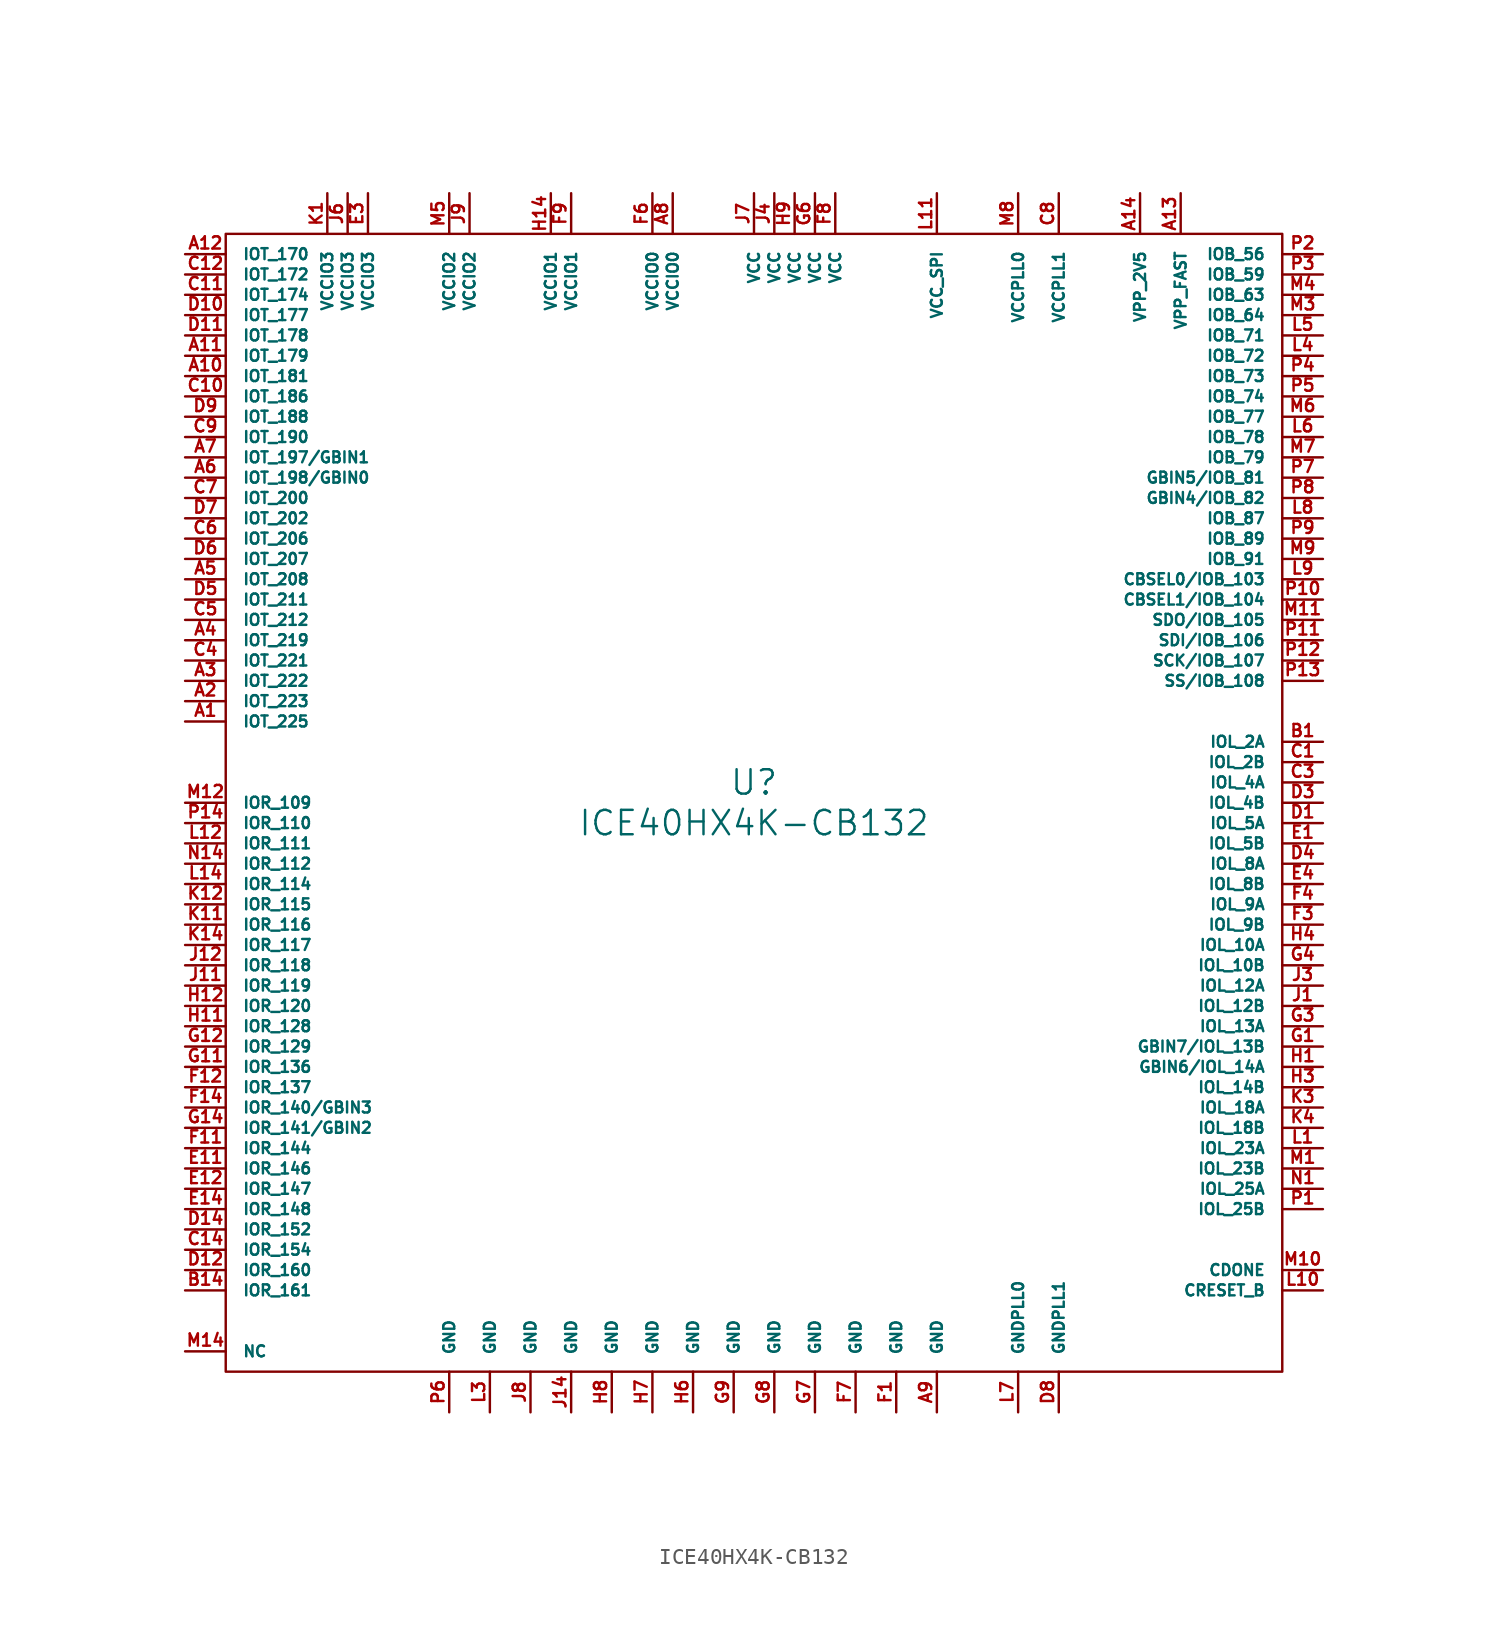
<source format=kicad_sym>
(kicad_symbol_lib
  (version 20220914)
  (generator kicad_symbol_editor)
  (symbol "ICE40HX4K-CB132"
    (pin_names
      (offset 1.016))
    (property "Reference" "U"
      (at 0 1.27 0)
      (effects (font (size 1.524 1.524))))
    (property "Value" "ICE40HX4K-CB132"
      (at 0 -1.27 0)
      (effects (font (size 1.524 1.524))))
    (property "Footprint" ""
      (at 0 3.81 0)
      (effects (font (size 1.524 1.524))))
    (property "Datasheet" ""
      (at 0 0 0)
      (effects (font (size 1.524 1.524))))
    (symbol "ICE40HX4K-CB132_0_1"
      (rectangle (start 33.02 35.56) (end -33.02 -35.56) (stroke (width 0) (type solid)) (fill (type none))))
    (symbol "ICE40HX4K-CB132_1_1"
      (pin passive line (at -35.56 5.08 0) (length 2.54) (name "IOT_225" (effects (font (size 0.686 0.686)))) (number "A1" (effects (font (size 0.762 0.762)))))
      (pin passive line (at -35.56 26.67 0) (length 2.54) (name "IOT_181" (effects (font (size 0.686 0.686)))) (number "A10" (effects (font (size 0.762 0.762)))))
      (pin passive line (at -35.56 27.94 0) (length 2.54) (name "IOT_179" (effects (font (size 0.686 0.686)))) (number "A11" (effects (font (size 0.762 0.762)))))
      (pin passive line (at -35.56 34.29 0) (length 2.54) (name "IOT_170" (effects (font (size 0.686 0.686)))) (number "A12" (effects (font (size 0.762 0.762)))))
      (pin passive line (at 26.67 38.1 270) (length 2.54) (name "VPP_FAST" (effects (font (size 0.686 0.686)))) (number "A13" (effects (font (size 0.762 0.762)))))
      (pin passive line (at 24.13 38.1 270) (length 2.54) (name "VPP_2V5" (effects (font (size 0.686 0.686)))) (number "A14" (effects (font (size 0.762 0.762)))))
      (pin passive line (at -35.56 6.35 0) (length 2.54) (name "IOT_223" (effects (font (size 0.686 0.686)))) (number "A2" (effects (font (size 0.762 0.762)))))
      (pin passive line (at -35.56 7.62 0) (length 2.54) (name "IOT_222" (effects (font (size 0.686 0.686)))) (number "A3" (effects (font (size 0.762 0.762)))))
      (pin passive line (at -35.56 10.16 0) (length 2.54) (name "IOT_219" (effects (font (size 0.686 0.686)))) (number "A4" (effects (font (size 0.762 0.762)))))
      (pin passive line (at -35.56 13.97 0) (length 2.54) (name "IOT_208" (effects (font (size 0.686 0.686)))) (number "A5" (effects (font (size 0.762 0.762)))))
      (pin passive line (at -35.56 20.32 0) (length 2.54) (name "IOT_198/GBIN0" (effects (font (size 0.686 0.686)))) (number "A6" (effects (font (size 0.762 0.762)))))
      (pin passive line (at -35.56 21.59 0) (length 2.54) (name "IOT_197/GBIN1" (effects (font (size 0.686 0.686)))) (number "A7" (effects (font (size 0.762 0.762)))))
      (pin passive line (at -5.08 38.1 270) (length 2.54) (name "VCCIO0" (effects (font (size 0.686 0.686)))) (number "A8" (effects (font (size 0.762 0.762)))))
      (pin passive line (at 11.43 -38.1 90) (length 2.54) (name "GND" (effects (font (size 0.686 0.686)))) (number "A9" (effects (font (size 0.762 0.762)))))
      (pin passive line (at 35.56 3.81 180) (length 2.54) (name "IOL_2A" (effects (font (size 0.686 0.686)))) (number "B1" (effects (font (size 0.762 0.762)))))
      (pin passive line (at -35.56 -30.48 0) (length 2.54) (name "IOR_161" (effects (font (size 0.686 0.686)))) (number "B14" (effects (font (size 0.762 0.762)))))
      (pin passive line (at 35.56 2.54 180) (length 2.54) (name "IOL_2B" (effects (font (size 0.686 0.686)))) (number "C1" (effects (font (size 0.762 0.762)))))
      (pin passive line (at -35.56 25.4 0) (length 2.54) (name "IOT_186" (effects (font (size 0.686 0.686)))) (number "C10" (effects (font (size 0.762 0.762)))))
      (pin passive line (at -35.56 31.75 0) (length 2.54) (name "IOT_174" (effects (font (size 0.686 0.686)))) (number "C11" (effects (font (size 0.762 0.762)))))
      (pin passive line (at -35.56 33.02 0) (length 2.54) (name "IOT_172" (effects (font (size 0.686 0.686)))) (number "C12" (effects (font (size 0.762 0.762)))))
      (pin passive line (at -35.56 -27.94 0) (length 2.54) (name "IOR_154" (effects (font (size 0.686 0.686)))) (number "C14" (effects (font (size 0.762 0.762)))))
      (pin passive line (at 35.56 1.27 180) (length 2.54) (name "IOL_4A" (effects (font (size 0.686 0.686)))) (number "C3" (effects (font (size 0.762 0.762)))))
      (pin passive line (at -35.56 8.89 0) (length 2.54) (name "IOT_221" (effects (font (size 0.686 0.686)))) (number "C4" (effects (font (size 0.762 0.762)))))
      (pin passive line (at -35.56 11.43 0) (length 2.54) (name "IOT_212" (effects (font (size 0.686 0.686)))) (number "C5" (effects (font (size 0.762 0.762)))))
      (pin passive line (at -35.56 16.51 0) (length 2.54) (name "IOT_206" (effects (font (size 0.686 0.686)))) (number "C6" (effects (font (size 0.762 0.762)))))
      (pin passive line (at -35.56 19.05 0) (length 2.54) (name "IOT_200" (effects (font (size 0.686 0.686)))) (number "C7" (effects (font (size 0.762 0.762)))))
      (pin passive line (at 19.05 38.1 270) (length 2.54) (name "VCCPLL1" (effects (font (size 0.686 0.686)))) (number "C8" (effects (font (size 0.762 0.762)))))
      (pin passive line (at -35.56 22.86 0) (length 2.54) (name "IOT_190" (effects (font (size 0.686 0.686)))) (number "C9" (effects (font (size 0.762 0.762)))))
      (pin passive line (at 35.56 -1.27 180) (length 2.54) (name "IOL_5A" (effects (font (size 0.686 0.686)))) (number "D1" (effects (font (size 0.762 0.762)))))
      (pin passive line (at -35.56 30.48 0) (length 2.54) (name "IOT_177" (effects (font (size 0.686 0.686)))) (number "D10" (effects (font (size 0.762 0.762)))))
      (pin passive line (at -35.56 29.21 0) (length 2.54) (name "IOT_178" (effects (font (size 0.686 0.686)))) (number "D11" (effects (font (size 0.762 0.762)))))
      (pin passive line (at -35.56 -29.21 0) (length 2.54) (name "IOR_160" (effects (font (size 0.686 0.686)))) (number "D12" (effects (font (size 0.762 0.762)))))
      (pin passive line (at -35.56 -26.67 0) (length 2.54) (name "IOR_152" (effects (font (size 0.686 0.686)))) (number "D14" (effects (font (size 0.762 0.762)))))
      (pin passive line (at 35.56 0 180) (length 2.54) (name "IOL_4B" (effects (font (size 0.686 0.686)))) (number "D3" (effects (font (size 0.762 0.762)))))
      (pin passive line (at 35.56 -3.81 180) (length 2.54) (name "IOL_8A" (effects (font (size 0.686 0.686)))) (number "D4" (effects (font (size 0.762 0.762)))))
      (pin passive line (at -35.56 12.7 0) (length 2.54) (name "IOT_211" (effects (font (size 0.686 0.686)))) (number "D5" (effects (font (size 0.762 0.762)))))
      (pin passive line (at -35.56 15.24 0) (length 2.54) (name "IOT_207" (effects (font (size 0.686 0.686)))) (number "D6" (effects (font (size 0.762 0.762)))))
      (pin passive line (at -35.56 17.78 0) (length 2.54) (name "IOT_202" (effects (font (size 0.686 0.686)))) (number "D7" (effects (font (size 0.762 0.762)))))
      (pin passive line (at 19.05 -38.1 90) (length 2.54) (name "GNDPLL1" (effects (font (size 0.686 0.686)))) (number "D8" (effects (font (size 0.762 0.762)))))
      (pin passive line (at -35.56 24.13 0) (length 2.54) (name "IOT_188" (effects (font (size 0.686 0.686)))) (number "D9" (effects (font (size 0.762 0.762)))))
      (pin passive line (at 35.56 -2.54 180) (length 2.54) (name "IOL_5B" (effects (font (size 0.686 0.686)))) (number "E1" (effects (font (size 0.762 0.762)))))
      (pin passive line (at -35.56 -22.86 0) (length 2.54) (name "IOR_146" (effects (font (size 0.686 0.686)))) (number "E11" (effects (font (size 0.762 0.762)))))
      (pin passive line (at -35.56 -24.13 0) (length 2.54) (name "IOR_147" (effects (font (size 0.686 0.686)))) (number "E12" (effects (font (size 0.762 0.762)))))
      (pin passive line (at -35.56 -25.4 0) (length 2.54) (name "IOR_148" (effects (font (size 0.686 0.686)))) (number "E14" (effects (font (size 0.762 0.762)))))
      (pin passive line (at -24.13 38.1 270) (length 2.54) (name "VCCIO3" (effects (font (size 0.686 0.686)))) (number "E3" (effects (font (size 0.762 0.762)))))
      (pin passive line (at 35.56 -5.08 180) (length 2.54) (name "IOL_8B" (effects (font (size 0.686 0.686)))) (number "E4" (effects (font (size 0.762 0.762)))))
      (pin passive line (at 8.89 -38.1 90) (length 2.54) (name "GND" (effects (font (size 0.686 0.686)))) (number "F1" (effects (font (size 0.762 0.762)))))
      (pin passive line (at -35.56 -21.59 0) (length 2.54) (name "IOR_144" (effects (font (size 0.686 0.686)))) (number "F11" (effects (font (size 0.762 0.762)))))
      (pin passive line (at -35.56 -17.78 0) (length 2.54) (name "IOR_137" (effects (font (size 0.686 0.686)))) (number "F12" (effects (font (size 0.762 0.762)))))
      (pin passive line (at -35.56 -19.05 0) (length 2.54) (name "IOR_140/GBIN3" (effects (font (size 0.686 0.686)))) (number "F14" (effects (font (size 0.762 0.762)))))
      (pin passive line (at 35.56 -7.62 180) (length 2.54) (name "IOL_9B" (effects (font (size 0.686 0.686)))) (number "F3" (effects (font (size 0.762 0.762)))))
      (pin passive line (at 35.56 -6.35 180) (length 2.54) (name "IOL_9A" (effects (font (size 0.686 0.686)))) (number "F4" (effects (font (size 0.762 0.762)))))
      (pin passive line (at -6.35 38.1 270) (length 2.54) (name "VCCIO0" (effects (font (size 0.686 0.686)))) (number "F6" (effects (font (size 0.762 0.762)))))
      (pin passive line (at 6.35 -38.1 90) (length 2.54) (name "GND" (effects (font (size 0.686 0.686)))) (number "F7" (effects (font (size 0.762 0.762)))))
      (pin passive line (at 5.08 38.1 270) (length 2.54) (name "VCC" (effects (font (size 0.686 0.686)))) (number "F8" (effects (font (size 0.762 0.762)))))
      (pin passive line (at -11.43 38.1 270) (length 2.54) (name "VCCIO1" (effects (font (size 0.686 0.686)))) (number "F9" (effects (font (size 0.762 0.762)))))
      (pin passive line (at 35.56 -15.24 180) (length 2.54) (name "GBIN7/IOL_13B" (effects (font (size 0.686 0.686)))) (number "G1" (effects (font (size 0.762 0.762)))))
      (pin passive line (at -35.56 -16.51 0) (length 2.54) (name "IOR_136" (effects (font (size 0.686 0.686)))) (number "G11" (effects (font (size 0.762 0.762)))))
      (pin passive line (at -35.56 -15.24 0) (length 2.54) (name "IOR_129" (effects (font (size 0.686 0.686)))) (number "G12" (effects (font (size 0.762 0.762)))))
      (pin passive line (at -35.56 -20.32 0) (length 2.54) (name "IOR_141/GBIN2" (effects (font (size 0.686 0.686)))) (number "G14" (effects (font (size 0.762 0.762)))))
      (pin passive line (at 35.56 -13.97 180) (length 2.54) (name "IOL_13A" (effects (font (size 0.686 0.686)))) (number "G3" (effects (font (size 0.762 0.762)))))
      (pin passive line (at 35.56 -10.16 180) (length 2.54) (name "IOL_10B" (effects (font (size 0.686 0.686)))) (number "G4" (effects (font (size 0.762 0.762)))))
      (pin passive line (at 3.81 38.1 270) (length 2.54) (name "VCC" (effects (font (size 0.686 0.686)))) (number "G6" (effects (font (size 0.762 0.762)))))
      (pin passive line (at 3.81 -38.1 90) (length 2.54) (name "GND" (effects (font (size 0.686 0.686)))) (number "G7" (effects (font (size 0.762 0.762)))))
      (pin passive line (at 1.27 -38.1 90) (length 2.54) (name "GND" (effects (font (size 0.686 0.686)))) (number "G8" (effects (font (size 0.762 0.762)))))
      (pin passive line (at -1.27 -38.1 90) (length 2.54) (name "GND" (effects (font (size 0.686 0.686)))) (number "G9" (effects (font (size 0.762 0.762)))))
      (pin passive line (at 35.56 -16.51 180) (length 2.54) (name "GBIN6/IOL_14A" (effects (font (size 0.686 0.686)))) (number "H1" (effects (font (size 0.762 0.762)))))
      (pin passive line (at -35.56 -13.97 0) (length 2.54) (name "IOR_128" (effects (font (size 0.686 0.686)))) (number "H11" (effects (font (size 0.762 0.762)))))
      (pin passive line (at -35.56 -12.7 0) (length 2.54) (name "IOR_120" (effects (font (size 0.686 0.686)))) (number "H12" (effects (font (size 0.762 0.762)))))
      (pin passive line (at -12.7 38.1 270) (length 2.54) (name "VCCIO1" (effects (font (size 0.686 0.686)))) (number "H14" (effects (font (size 0.762 0.762)))))
      (pin passive line (at 35.56 -17.78 180) (length 2.54) (name "IOL_14B" (effects (font (size 0.686 0.686)))) (number "H3" (effects (font (size 0.762 0.762)))))
      (pin passive line (at 35.56 -8.89 180) (length 2.54) (name "IOL_10A" (effects (font (size 0.686 0.686)))) (number "H4" (effects (font (size 0.762 0.762)))))
      (pin passive line (at -3.81 -38.1 90) (length 2.54) (name "GND" (effects (font (size 0.686 0.686)))) (number "H6" (effects (font (size 0.762 0.762)))))
      (pin passive line (at -6.35 -38.1 90) (length 2.54) (name "GND" (effects (font (size 0.686 0.686)))) (number "H7" (effects (font (size 0.762 0.762)))))
      (pin passive line (at -8.89 -38.1 90) (length 2.54) (name "GND" (effects (font (size 0.686 0.686)))) (number "H8" (effects (font (size 0.762 0.762)))))
      (pin passive line (at 2.54 38.1 270) (length 2.54) (name "VCC" (effects (font (size 0.686 0.686)))) (number "H9" (effects (font (size 0.762 0.762)))))
      (pin passive line (at 35.56 -12.7 180) (length 2.54) (name "IOL_12B" (effects (font (size 0.686 0.686)))) (number "J1" (effects (font (size 0.762 0.762)))))
      (pin passive line (at -35.56 -11.43 0) (length 2.54) (name "IOR_119" (effects (font (size 0.686 0.686)))) (number "J11" (effects (font (size 0.762 0.762)))))
      (pin passive line (at -35.56 -10.16 0) (length 2.54) (name "IOR_118" (effects (font (size 0.686 0.686)))) (number "J12" (effects (font (size 0.762 0.762)))))
      (pin passive line (at -11.43 -38.1 90) (length 2.54) (name "GND" (effects (font (size 0.686 0.686)))) (number "J14" (effects (font (size 0.762 0.762)))))
      (pin passive line (at 35.56 -11.43 180) (length 2.54) (name "IOL_12A" (effects (font (size 0.686 0.686)))) (number "J3" (effects (font (size 0.762 0.762)))))
      (pin passive line (at 1.27 38.1 270) (length 2.54) (name "VCC" (effects (font (size 0.686 0.686)))) (number "J4" (effects (font (size 0.762 0.762)))))
      (pin passive line (at -25.4 38.1 270) (length 2.54) (name "VCCIO3" (effects (font (size 0.686 0.686)))) (number "J6" (effects (font (size 0.762 0.762)))))
      (pin passive line (at 0 38.1 270) (length 2.54) (name "VCC" (effects (font (size 0.686 0.686)))) (number "J7" (effects (font (size 0.762 0.762)))))
      (pin passive line (at -13.97 -38.1 90) (length 2.54) (name "GND" (effects (font (size 0.686 0.686)))) (number "J8" (effects (font (size 0.762 0.762)))))
      (pin passive line (at -17.78 38.1 270) (length 2.54) (name "VCCIO2" (effects (font (size 0.686 0.686)))) (number "J9" (effects (font (size 0.762 0.762)))))
      (pin passive line (at -26.67 38.1 270) (length 2.54) (name "VCCIO3" (effects (font (size 0.686 0.686)))) (number "K1" (effects (font (size 0.762 0.762)))))
      (pin passive line (at -35.56 -7.62 0) (length 2.54) (name "IOR_116" (effects (font (size 0.686 0.686)))) (number "K11" (effects (font (size 0.762 0.762)))))
      (pin passive line (at -35.56 -6.35 0) (length 2.54) (name "IOR_115" (effects (font (size 0.686 0.686)))) (number "K12" (effects (font (size 0.762 0.762)))))
      (pin passive line (at -35.56 -8.89 0) (length 2.54) (name "IOR_117" (effects (font (size 0.686 0.686)))) (number "K14" (effects (font (size 0.762 0.762)))))
      (pin passive line (at 35.56 -19.05 180) (length 2.54) (name "IOL_18A" (effects (font (size 0.686 0.686)))) (number "K3" (effects (font (size 0.762 0.762)))))
      (pin passive line (at 35.56 -20.32 180) (length 2.54) (name "IOL_18B" (effects (font (size 0.686 0.686)))) (number "K4" (effects (font (size 0.762 0.762)))))
      (pin passive line (at 35.56 -21.59 180) (length 2.54) (name "IOL_23A" (effects (font (size 0.686 0.686)))) (number "L1" (effects (font (size 0.762 0.762)))))
      (pin passive line (at 35.56 -30.48 180) (length 2.54) (name "CRESET_B" (effects (font (size 0.686 0.686)))) (number "L10" (effects (font (size 0.762 0.762)))))
      (pin passive line (at 11.43 38.1 270) (length 2.54) (name "VCC_SPI" (effects (font (size 0.686 0.686)))) (number "L11" (effects (font (size 0.762 0.762)))))
      (pin passive line (at -35.56 -2.54 0) (length 2.54) (name "IOR_111" (effects (font (size 0.686 0.686)))) (number "L12" (effects (font (size 0.762 0.762)))))
      (pin passive line (at -35.56 -5.08 0) (length 2.54) (name "IOR_114" (effects (font (size 0.686 0.686)))) (number "L14" (effects (font (size 0.762 0.762)))))
      (pin passive line (at -16.51 -38.1 90) (length 2.54) (name "GND" (effects (font (size 0.686 0.686)))) (number "L3" (effects (font (size 0.762 0.762)))))
      (pin passive line (at 35.56 27.94 180) (length 2.54) (name "IOB_72" (effects (font (size 0.686 0.686)))) (number "L4" (effects (font (size 0.762 0.762)))))
      (pin passive line (at 35.56 29.21 180) (length 2.54) (name "IOB_71" (effects (font (size 0.686 0.686)))) (number "L5" (effects (font (size 0.762 0.762)))))
      (pin passive line (at 35.56 22.86 180) (length 2.54) (name "IOB_78" (effects (font (size 0.686 0.686)))) (number "L6" (effects (font (size 0.762 0.762)))))
      (pin passive line (at 16.51 -38.1 90) (length 2.54) (name "GNDPLL0" (effects (font (size 0.686 0.686)))) (number "L7" (effects (font (size 0.762 0.762)))))
      (pin passive line (at 35.56 17.78 180) (length 2.54) (name "IOB_87" (effects (font (size 0.686 0.686)))) (number "L8" (effects (font (size 0.762 0.762)))))
      (pin passive line (at 35.56 13.97 180) (length 2.54) (name "CBSEL0/IOB_103" (effects (font (size 0.686 0.686)))) (number "L9" (effects (font (size 0.762 0.762)))))
      (pin passive line (at 35.56 -22.86 180) (length 2.54) (name "IOL_23B" (effects (font (size 0.686 0.686)))) (number "M1" (effects (font (size 0.762 0.762)))))
      (pin passive line (at 35.56 -29.21 180) (length 2.54) (name "CDONE" (effects (font (size 0.686 0.686)))) (number "M10" (effects (font (size 0.762 0.762)))))
      (pin passive line (at 35.56 11.43 180) (length 2.54) (name "SDO/IOB_105" (effects (font (size 0.686 0.686)))) (number "M11" (effects (font (size 0.762 0.762)))))
      (pin passive line (at -35.56 0 0) (length 2.54) (name "IOR_109" (effects (font (size 0.686 0.686)))) (number "M12" (effects (font (size 0.762 0.762)))))
      (pin passive line (at -35.56 -34.29 0) (length 2.54) (name "NC" (effects (font (size 0.686 0.686)))) (number "M14" (effects (font (size 0.762 0.762)))))
      (pin passive line (at 35.56 30.48 180) (length 2.54) (name "IOB_64" (effects (font (size 0.686 0.686)))) (number "M3" (effects (font (size 0.762 0.762)))))
      (pin passive line (at 35.56 31.75 180) (length 2.54) (name "IOB_63" (effects (font (size 0.686 0.686)))) (number "M4" (effects (font (size 0.762 0.762)))))
      (pin passive line (at -19.05 38.1 270) (length 2.54) (name "VCCIO2" (effects (font (size 0.686 0.686)))) (number "M5" (effects (font (size 0.762 0.762)))))
      (pin passive line (at 35.56 24.13 180) (length 2.54) (name "IOB_77" (effects (font (size 0.686 0.686)))) (number "M6" (effects (font (size 0.762 0.762)))))
      (pin passive line (at 35.56 21.59 180) (length 2.54) (name "IOB_79" (effects (font (size 0.686 0.686)))) (number "M7" (effects (font (size 0.762 0.762)))))
      (pin passive line (at 16.51 38.1 270) (length 2.54) (name "VCCPLL0" (effects (font (size 0.686 0.686)))) (number "M8" (effects (font (size 0.762 0.762)))))
      (pin passive line (at 35.56 15.24 180) (length 2.54) (name "IOB_91" (effects (font (size 0.686 0.686)))) (number "M9" (effects (font (size 0.762 0.762)))))
      (pin passive line (at 35.56 -24.13 180) (length 2.54) (name "IOL_25A" (effects (font (size 0.686 0.686)))) (number "N1" (effects (font (size 0.762 0.762)))))
      (pin passive line (at -35.56 -3.81 0) (length 2.54) (name "IOR_112" (effects (font (size 0.686 0.686)))) (number "N14" (effects (font (size 0.762 0.762)))))
      (pin passive line (at 35.56 -25.4 180) (length 2.54) (name "IOL_25B" (effects (font (size 0.686 0.686)))) (number "P1" (effects (font (size 0.762 0.762)))))
      (pin passive line (at 35.56 12.7 180) (length 2.54) (name "CBSEL1/IOB_104" (effects (font (size 0.686 0.686)))) (number "P10" (effects (font (size 0.762 0.762)))))
      (pin passive line (at 35.56 10.16 180) (length 2.54) (name "SDI/IOB_106" (effects (font (size 0.686 0.686)))) (number "P11" (effects (font (size 0.762 0.762)))))
      (pin passive line (at 35.56 8.89 180) (length 2.54) (name "SCK/IOB_107" (effects (font (size 0.686 0.686)))) (number "P12" (effects (font (size 0.762 0.762)))))
      (pin passive line (at 35.56 7.62 180) (length 2.54) (name "SS/IOB_108" (effects (font (size 0.686 0.686)))) (number "P13" (effects (font (size 0.762 0.762)))))
      (pin passive line (at -35.56 -1.27 0) (length 2.54) (name "IOR_110" (effects (font (size 0.686 0.686)))) (number "P14" (effects (font (size 0.762 0.762)))))
      (pin passive line (at 35.56 34.29 180) (length 2.54) (name "IOB_56" (effects (font (size 0.686 0.686)))) (number "P2" (effects (font (size 0.762 0.762)))))
      (pin passive line (at 35.56 33.02 180) (length 2.54) (name "IOB_59" (effects (font (size 0.686 0.686)))) (number "P3" (effects (font (size 0.762 0.762)))))
      (pin passive line (at 35.56 26.67 180) (length 2.54) (name "IOB_73" (effects (font (size 0.686 0.686)))) (number "P4" (effects (font (size 0.762 0.762)))))
      (pin passive line (at 35.56 25.4 180) (length 2.54) (name "IOB_74" (effects (font (size 0.686 0.686)))) (number "P5" (effects (font (size 0.762 0.762)))))
      (pin passive line (at -19.05 -38.1 90) (length 2.54) (name "GND" (effects (font (size 0.686 0.686)))) (number "P6" (effects (font (size 0.762 0.762)))))
      (pin passive line (at 35.56 20.32 180) (length 2.54) (name "GBIN5/IOB_81" (effects (font (size 0.686 0.686)))) (number "P7" (effects (font (size 0.762 0.762)))))
      (pin passive line (at 35.56 19.05 180) (length 2.54) (name "GBIN4/IOB_82" (effects (font (size 0.686 0.686)))) (number "P8" (effects (font (size 0.762 0.762)))))
      (pin passive line (at 35.56 16.51 180) (length 2.54) (name "IOB_89" (effects (font (size 0.686 0.686)))) (number "P9" (effects (font (size 0.762 0.762))))))))
</source>
